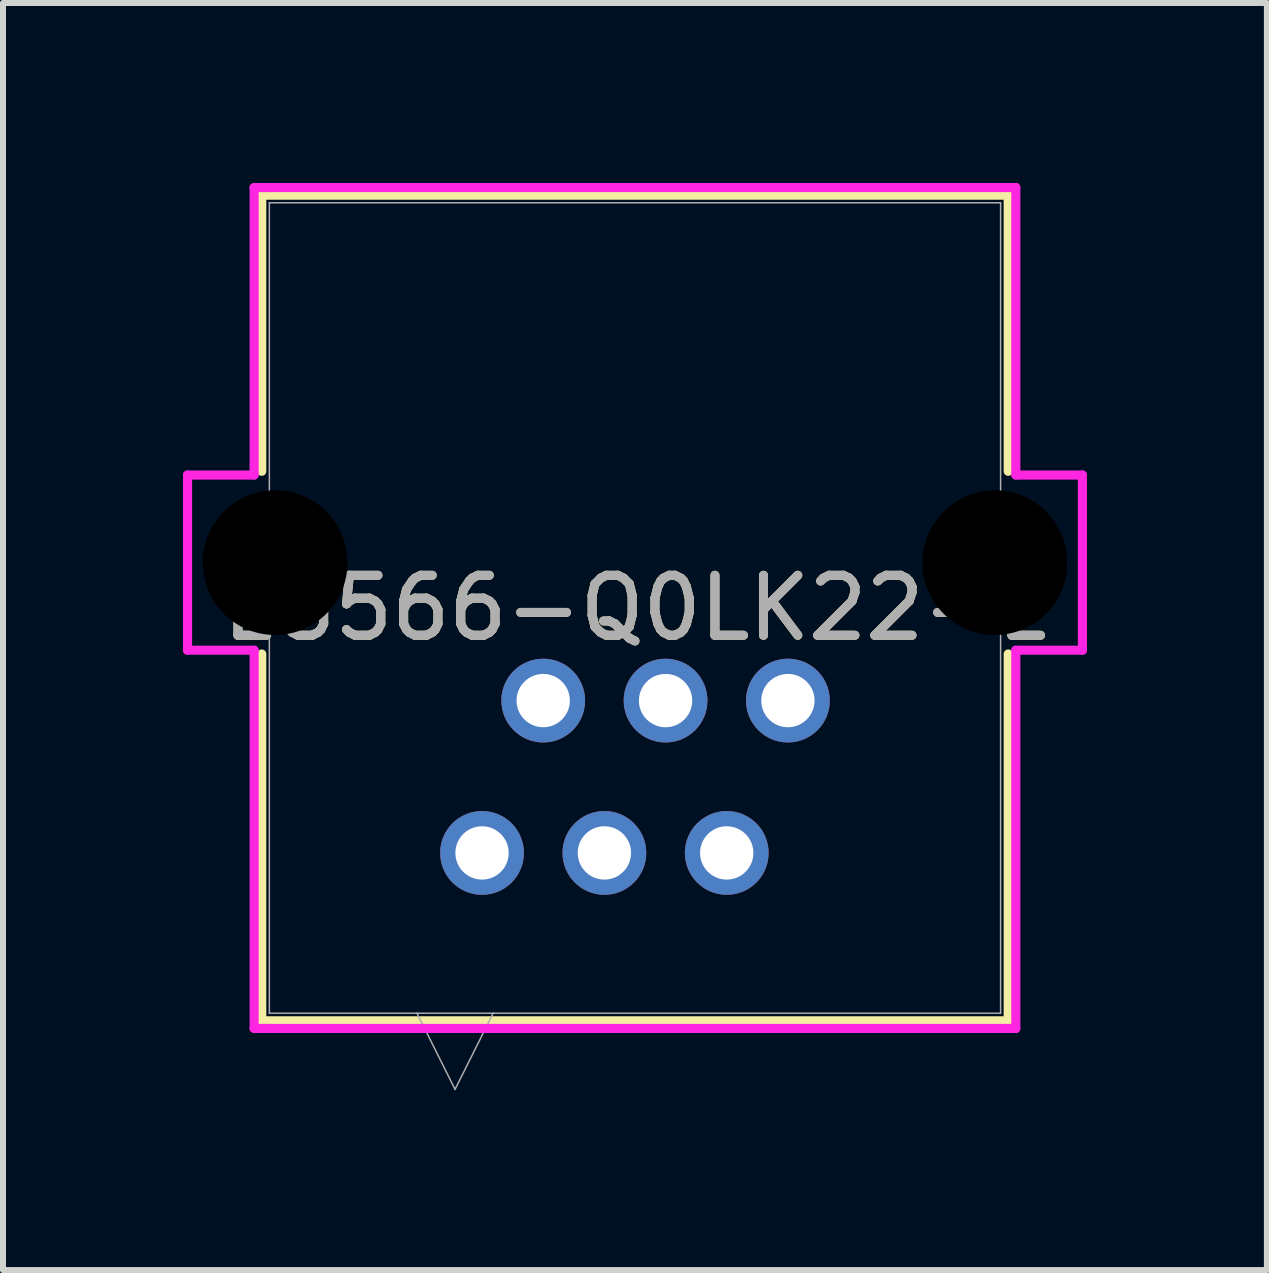
<source format=kicad_pcb>
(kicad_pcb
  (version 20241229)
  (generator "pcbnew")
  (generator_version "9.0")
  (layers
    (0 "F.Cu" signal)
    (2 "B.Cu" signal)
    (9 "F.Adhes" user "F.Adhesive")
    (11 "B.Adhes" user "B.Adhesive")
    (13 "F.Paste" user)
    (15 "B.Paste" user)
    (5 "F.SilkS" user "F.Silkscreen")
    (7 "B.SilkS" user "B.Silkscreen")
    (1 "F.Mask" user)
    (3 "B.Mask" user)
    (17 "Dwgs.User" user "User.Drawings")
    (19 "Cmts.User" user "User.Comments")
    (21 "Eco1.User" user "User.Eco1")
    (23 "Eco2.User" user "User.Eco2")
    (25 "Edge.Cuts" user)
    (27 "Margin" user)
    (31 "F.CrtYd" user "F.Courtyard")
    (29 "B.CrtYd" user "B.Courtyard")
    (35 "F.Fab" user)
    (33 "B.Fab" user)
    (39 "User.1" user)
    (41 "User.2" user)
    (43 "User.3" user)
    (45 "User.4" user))
  (footprint "E5566-Q0LK22-L"
    (layer "F.Cu")
    (at 4.987 11.171)
    (property "Reference" "E5566-Q0LK22-L" (at 2.55 -4.084 0) (unlocked yes) (layer "F.SilkS") (effects (font (size 1 1) (thickness 0.15))))
    (attr through_hole)
    (fp_line (start -3.673 -10.967) (end 8.773 -10.967) (stroke (width 0.152) (type solid)) (layer "F.SilkS"))
    (fp_line (start -3.673 -6.363) (end -3.673 -10.967) (stroke (width 0.152) (type solid)) (layer "F.SilkS"))
    (fp_line (start -3.673 2.799) (end -3.673 -3.317) (stroke (width 0.152) (type solid)) (layer "F.SilkS"))
    (fp_line (start 8.773 -10.967) (end 8.773 -6.363) (stroke (width 0.152) (type solid)) (layer "F.SilkS"))
    (fp_line (start 8.773 -3.317) (end 8.773 2.799) (stroke (width 0.152) (type solid)) (layer "F.SilkS"))
    (fp_line (start 8.773 2.799) (end -3.673 2.799) (stroke (width 0.152) (type solid)) (layer "F.SilkS"))
    (fp_line (start -4.91 -6.301) (end -4.91 -3.38) (stroke (width 0.152) (type solid)) (layer "F.CrtYd"))
    (fp_line (start -4.91 -3.38) (end -3.8 -3.38) (stroke (width 0.152) (type solid)) (layer "F.CrtYd"))
    (fp_line (start -3.8 -11.094) (end -3.8 -6.301) (stroke (width 0.152) (type solid)) (layer "F.CrtYd"))
    (fp_line (start -3.8 -6.301) (end -4.91 -6.301) (stroke (width 0.152) (type solid)) (layer "F.CrtYd"))
    (fp_line (start -3.8 -3.38) (end -3.8 2.926) (stroke (width 0.152) (type solid)) (layer "F.CrtYd"))
    (fp_line (start -3.8 2.926) (end 8.9 2.926) (stroke (width 0.152) (type solid)) (layer "F.CrtYd"))
    (fp_line (start 8.9 -11.094) (end -3.8 -11.094) (stroke (width 0.152) (type solid)) (layer "F.CrtYd"))
    (fp_line (start 8.9 -6.301) (end 8.9 -11.094) (stroke (width 0.152) (type solid)) (layer "F.CrtYd"))
    (fp_line (start 8.9 -3.38) (end 10.01 -3.38) (stroke (width 0.152) (type solid)) (layer "F.CrtYd"))
    (fp_line (start 8.9 2.926) (end 8.9 -3.38) (stroke (width 0.152) (type solid)) (layer "F.CrtYd"))
    (fp_line (start 10.01 -6.301) (end 8.9 -6.301) (stroke (width 0.152) (type solid)) (layer "F.CrtYd"))
    (fp_line (start 10.01 -3.38) (end 10.01 -6.301) (stroke (width 0.152) (type solid)) (layer "F.CrtYd"))
    (fp_line (start -3.546 -10.84) (end -3.546 2.672) (stroke (width 0.025) (type solid)) (layer "F.Fab"))
    (fp_line (start -3.546 2.672) (end 8.646 2.672) (stroke (width 0.025) (type solid)) (layer "F.Fab"))
    (fp_line (start -1.085 2.672) (end -0.45 3.942) (stroke (width 0.025) (type solid)) (layer "F.Fab"))
    (fp_line (start 0.185 2.672) (end -0.45 3.942) (stroke (width 0.025) (type solid)) (layer "F.Fab"))
    (fp_line (start 8.646 -10.84) (end -3.546 -10.84) (stroke (width 0.025) (type solid)) (layer "F.Fab"))
    (fp_line (start 8.646 2.672) (end 8.646 -10.84) (stroke (width 0.025) (type solid)) (layer "F.Fab"))
    (fp_text user "${REFERENCE}" (at 2.55 -4.084 0) (unlocked yes) (layer "F.Fab") (effects (font (size 1 1) (thickness 0.15))))
    (pad "" np_thru_hole circle (at -3.45 -4.84) (size 2.413 2.413) (drill 2.413) (layers))
    (pad "" np_thru_hole circle (at 8.55 -4.84) (size 2.413 2.413) (drill 2.413) (layers))
    (pad "1" thru_hole circle (at 0 0) (size 1.397 1.397) (drill 0.889) (layers "*.Cu" "*.Mask"))
    (pad "2" thru_hole circle (at 1.02 -2.54) (size 1.397 1.397) (drill 0.889) (layers "*.Cu" "*.Mask"))
    (pad "3" thru_hole circle (at 2.04 0) (size 1.397 1.397) (drill 0.889) (layers "*.Cu" "*.Mask"))
    (pad "4" thru_hole circle (at 3.06 -2.54) (size 1.397 1.397) (drill 0.889) (layers "*.Cu" "*.Mask"))
    (pad "5" thru_hole circle (at 4.08 0) (size 1.397 1.397) (drill 0.889) (layers "*.Cu" "*.Mask"))
    (pad "6" thru_hole circle (at 5.1 -2.54) (size 1.397 1.397) (drill 0.889) (layers "*.Cu" "*.Mask")))
  (gr_rect
    (start -3 -3)
    (end 18.073 18.126)
    (stroke (width 0.1) (type default))
    (fill no)
    (layer "Edge.Cuts")))
</source>
